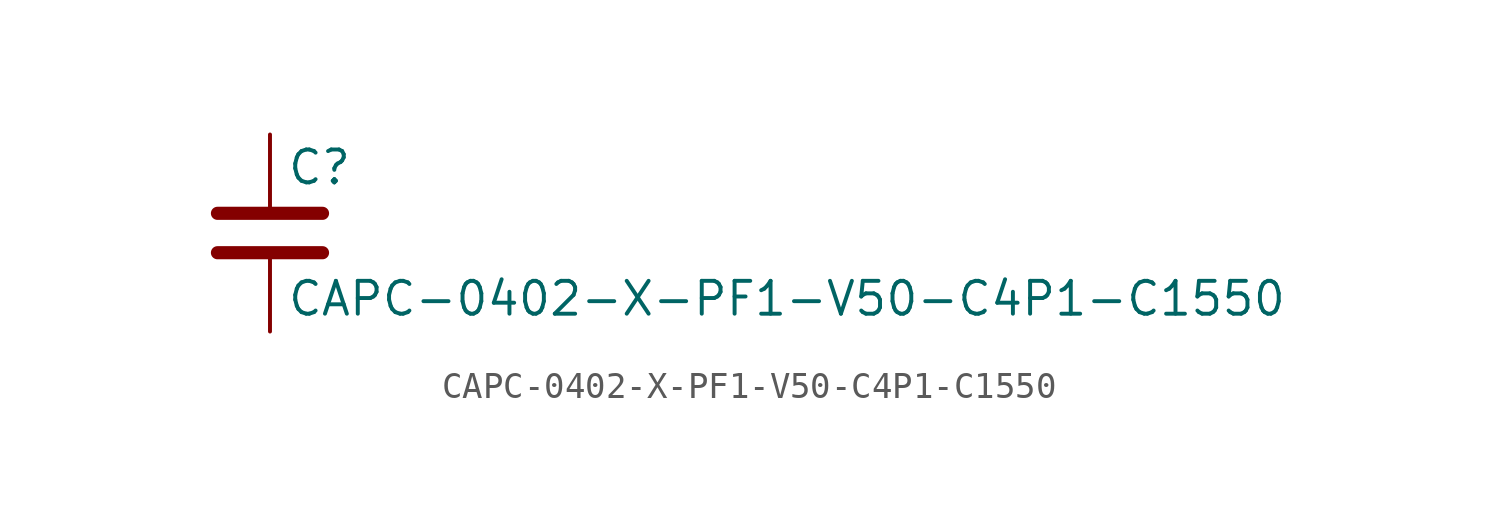
<source format=kicad_sym>
(kicad_symbol_lib
  (version 20211014)
  (generator kicad_symbol_editor)
  (symbol "CAPC-0402-X-PF1-V50-C4P1-C1550"
    (pin_numbers hide)
    (pin_names
      (offset 0.254))
    (property "Reference" "C"
      (at 0.635 2.54 0)
      (effects (font (size 1.27 1.27)) (justify left)))
    (property "Value" "CAPC-0402-X-PF1-V50-C4P1-C1550"
      (at 0.635 -2.54 0)
      (effects (font (size 1.27 1.27)) (justify left)))
    (symbol "CAPC-0402-X-PF1-V50-C4P1-C1550_0_1"
      (polyline (pts (xy -2.032 -0.762) (xy 2.032 -0.762)) (stroke (width 0.508) (type default) (color 0 0 0 0)) (fill (type none)))
      (polyline (pts (xy -2.032 0.762) (xy 2.032 0.762)) (stroke (width 0.508) (type default) (color 0 0 0 0)) (fill (type none))))
    (symbol "CAPC-0402-X-PF1-V50-C4P1-C1550_1_1"
      (pin passive line (at 0 3.81 270) (length 2.794) (name "~" (effects (font (size 1.27 1.27)))) (number "1" (effects (font (size 1.27 1.27)))))
      (pin passive line (at 0 -3.81 90) (length 2.794) (name "~" (effects (font (size 1.27 1.27)))) (number "2" (effects (font (size 1.27 1.27))))))))
</source>
